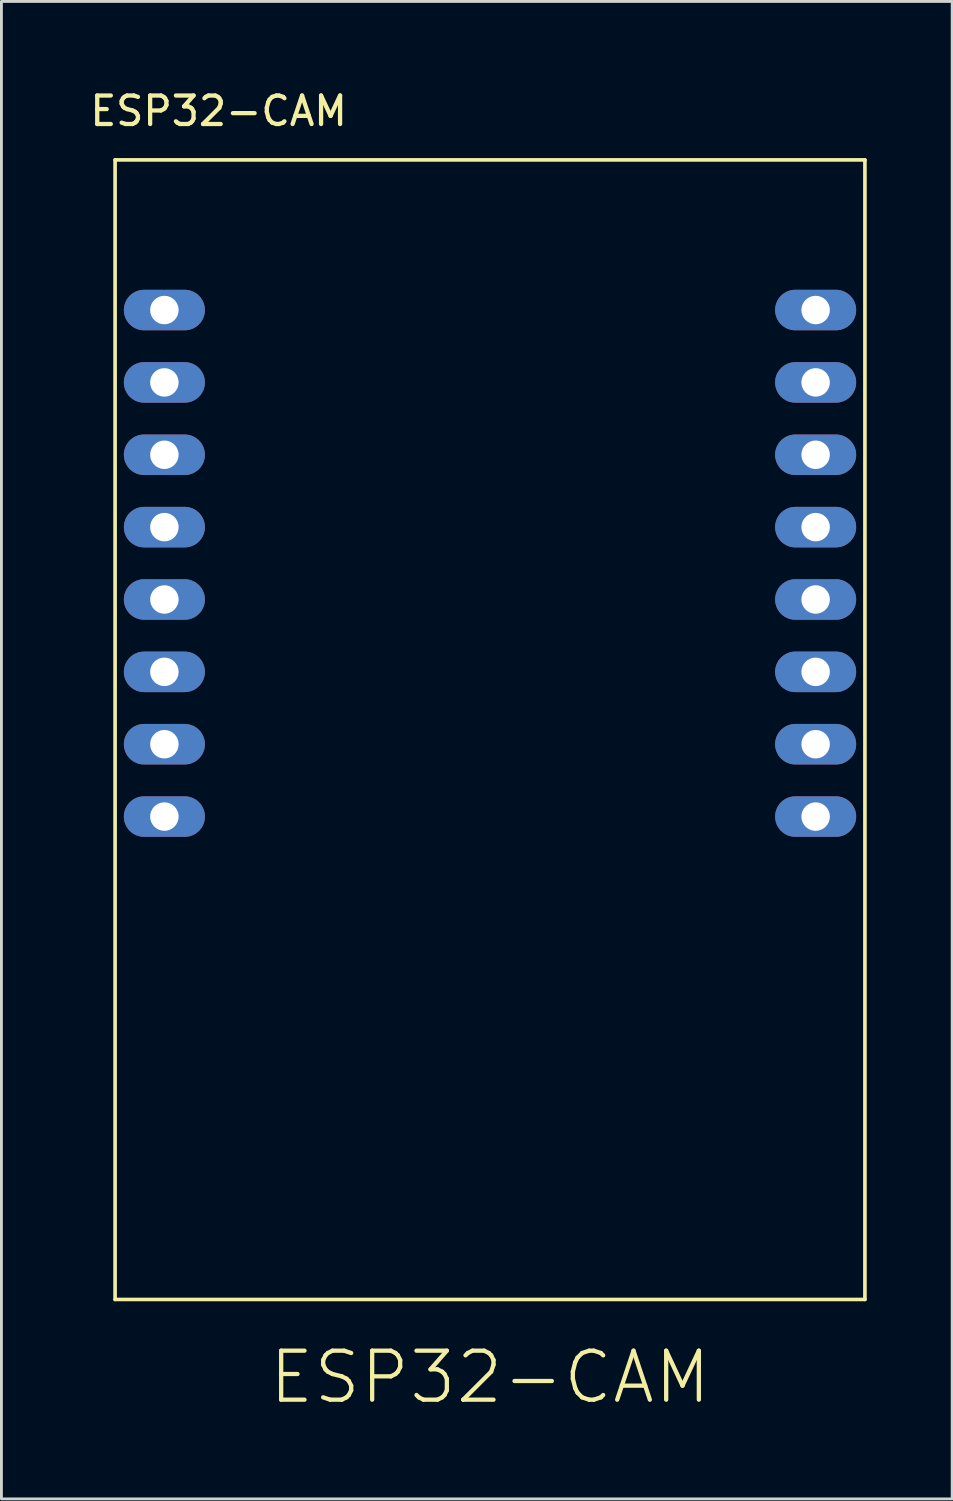
<source format=kicad_pcb>
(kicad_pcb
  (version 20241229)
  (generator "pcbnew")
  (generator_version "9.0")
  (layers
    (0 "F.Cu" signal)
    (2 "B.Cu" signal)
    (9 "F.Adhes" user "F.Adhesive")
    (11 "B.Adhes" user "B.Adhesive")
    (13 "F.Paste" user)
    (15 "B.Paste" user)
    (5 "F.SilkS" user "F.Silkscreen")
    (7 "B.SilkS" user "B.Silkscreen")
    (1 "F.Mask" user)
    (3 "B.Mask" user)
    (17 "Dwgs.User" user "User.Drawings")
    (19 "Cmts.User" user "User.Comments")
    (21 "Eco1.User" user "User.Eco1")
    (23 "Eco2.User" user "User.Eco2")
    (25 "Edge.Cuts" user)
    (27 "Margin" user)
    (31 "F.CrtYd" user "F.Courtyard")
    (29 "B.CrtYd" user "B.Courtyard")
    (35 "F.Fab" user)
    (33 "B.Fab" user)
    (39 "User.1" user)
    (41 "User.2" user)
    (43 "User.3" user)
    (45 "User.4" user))
  (footprint "ESP32-CAM"
    (layer "F.Cu")
    (at 14.15 17.993)
    (property "Reference" "ESP32-CAM" (at -9.525 -17.145 0) (layer "F.SilkS") (effects (font (size 1 1) (thickness 0.15))))
    (attr through_hole)
    (fp_line (start -13.16 -15.43) (end 13.16 -15.43) (stroke (width 0.127) (type solid)) (layer "F.SilkS"))
    (fp_line (start -13.16 24.57) (end -13.16 -15.43) (stroke (width 0.127) (type solid)) (layer "F.SilkS"))
    (fp_line (start 13.16 -15.43) (end 13.16 24.57) (stroke (width 0.127) (type solid)) (layer "F.SilkS"))
    (fp_line (start 13.16 24.57) (end -13.16 24.57) (stroke (width 0.127) (type solid)) (layer "F.SilkS"))
    (fp_text user "ESP32-CAM" (at 0 27.3 0) (layer "F.SilkS") (effects (font (size 1.72 1.72) (thickness 0.15))))
    (pad "P1" thru_hole oval (at -11.43 -10.16) (size 2.845 1.422) (drill 1) (layers "*.Cu" "*.Mask"))
    (pad "P2" thru_hole oval (at -11.43 -7.62) (size 2.845 1.422) (drill 1) (layers "*.Cu" "*.Mask"))
    (pad "P3" thru_hole oval (at -11.43 -5.08) (size 2.845 1.422) (drill 1) (layers "*.Cu" "*.Mask"))
    (pad "P4" thru_hole oval (at -11.43 -2.54) (size 2.845 1.422) (drill 1) (layers "*.Cu" "*.Mask"))
    (pad "P5" thru_hole oval (at -11.43 0) (size 2.845 1.422) (drill 1) (layers "*.Cu" "*.Mask"))
    (pad "P6" thru_hole oval (at -11.43 2.54) (size 2.845 1.422) (drill 1) (layers "*.Cu" "*.Mask"))
    (pad "P7" thru_hole oval (at -11.43 5.08) (size 2.845 1.422) (drill 1) (layers "*.Cu" "*.Mask"))
    (pad "P8" thru_hole oval (at -11.43 7.62) (size 2.845 1.422) (drill 1) (layers "*.Cu" "*.Mask"))
    (pad "P9" thru_hole oval (at 11.43 7.62) (size 2.845 1.422) (drill 1) (layers "*.Cu" "*.Mask"))
    (pad "P10" thru_hole oval (at 11.43 5.08) (size 2.845 1.422) (drill 1) (layers "*.Cu" "*.Mask"))
    (pad "P11" thru_hole oval (at 11.43 2.54) (size 2.845 1.422) (drill 1) (layers "*.Cu" "*.Mask"))
    (pad "P12" thru_hole oval (at 11.43 0) (size 2.845 1.422) (drill 1) (layers "*.Cu" "*.Mask"))
    (pad "P13" thru_hole oval (at 11.43 -2.54) (size 2.845 1.422) (drill 1) (layers "*.Cu" "*.Mask"))
    (pad "P14" thru_hole oval (at 11.43 -5.08) (size 2.845 1.422) (drill 1) (layers "*.Cu" "*.Mask"))
    (pad "P15" thru_hole oval (at 11.43 -7.62) (size 2.845 1.422) (drill 1) (layers "*.Cu" "*.Mask"))
    (pad "P16" thru_hole oval (at 11.43 -10.16) (size 2.845 1.422) (drill 1) (layers "*.Cu" "*.Mask")))
  (gr_rect
    (start -3 -3)
    (end 30.373 49.563)
    (stroke (width 0.1) (type default))
    (fill no)
    (layer "Edge.Cuts")))
</source>
